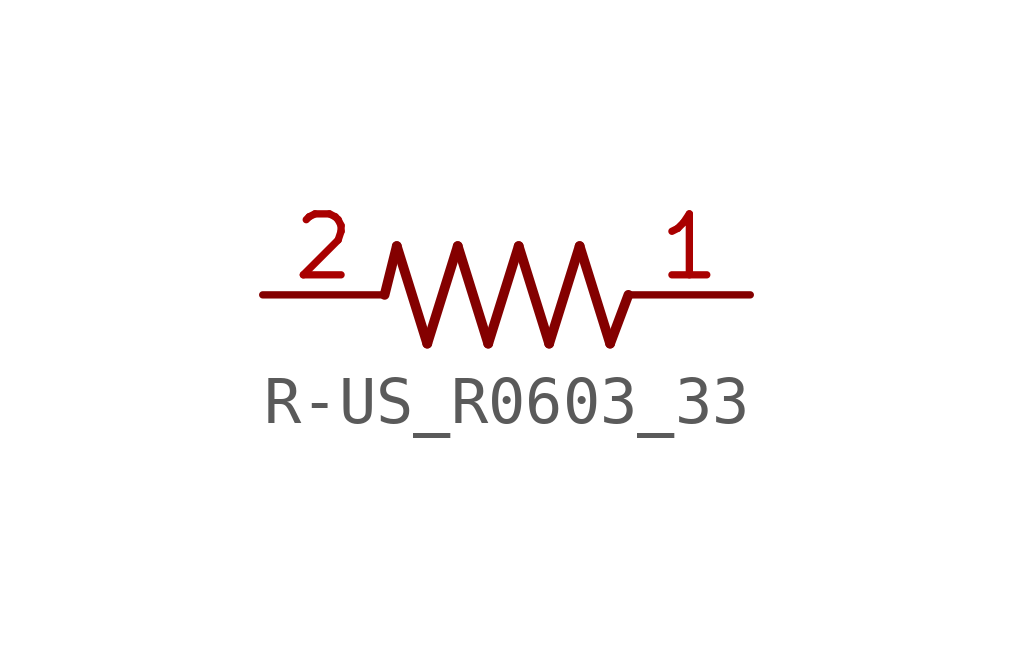
<source format=kicad_sym>
(kicad_symbol_lib
  (version 20231120)
  (generator "kicad_symbol_editor")
  (generator_version "8.0")
  (symbol "R-US_R0603_33"
    (property "Reference" "R"
      (at 0 0 0)
      (effects (font (size 1.27 1.27)) (hide yes)))
    (property "ki_locked" ""
      (at 0 0 0)
      (effects (font (size 1.27 1.27))))
    (symbol "R-US_R0603_33_1_0"
      (polyline (pts (xy -2.286 1.016) (xy -2.54 0)) (stroke (width 0.203) (type solid)) (fill (type none)))
      (polyline (pts (xy -1.651 -1.016) (xy -2.286 1.016)) (stroke (width 0.203) (type solid)) (fill (type none)))
      (polyline (pts (xy -1.016 1.016) (xy -1.651 -1.016)) (stroke (width 0.203) (type solid)) (fill (type none)))
      (polyline (pts (xy -0.381 -1.016) (xy -1.016 1.016)) (stroke (width 0.203) (type solid)) (fill (type none)))
      (polyline (pts (xy 0.254 1.016) (xy -0.381 -1.016)) (stroke (width 0.203) (type solid)) (fill (type none)))
      (polyline (pts (xy 0.889 -1.016) (xy 0.254 1.016)) (stroke (width 0.203) (type solid)) (fill (type none)))
      (polyline (pts (xy 1.524 1.016) (xy 0.889 -1.016)) (stroke (width 0.203) (type solid)) (fill (type none)))
      (polyline (pts (xy 2.159 -1.016) (xy 1.524 1.016)) (stroke (width 0.203) (type solid)) (fill (type none)))
      (polyline (pts (xy 2.54 0) (xy 2.159 -1.016)) (stroke (width 0.203) (type solid)) (fill (type none)))
      (pin passive line (at 5.08 0 180) (length 2.54) (name "1" (effects (font (size 0 0)))) (number "1" (effects (font (size 1.27 1.27)))))
      (pin passive line (at -5.08 0 0) (length 2.54) (name "2" (effects (font (size 0 0)))) (number "2" (effects (font (size 1.27 1.27))))))))
</source>
